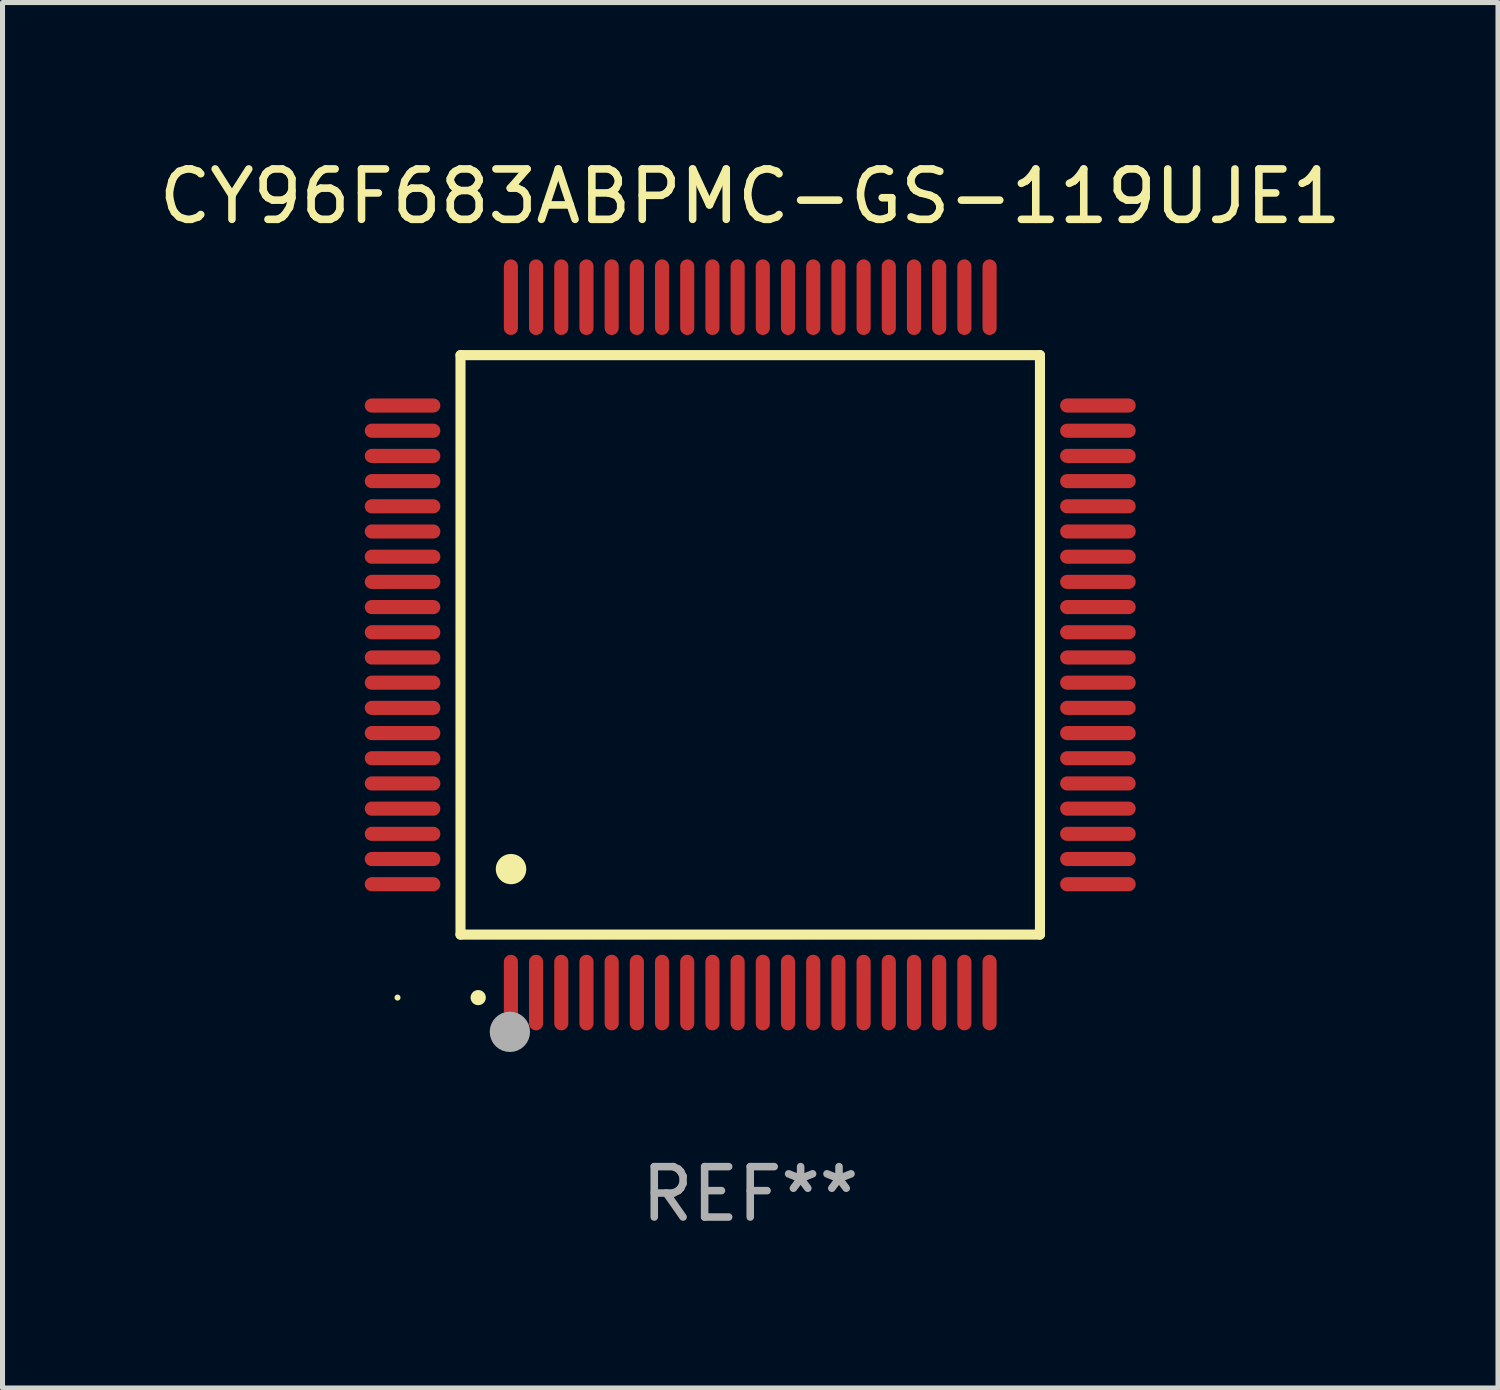
<source format=kicad_pcb>
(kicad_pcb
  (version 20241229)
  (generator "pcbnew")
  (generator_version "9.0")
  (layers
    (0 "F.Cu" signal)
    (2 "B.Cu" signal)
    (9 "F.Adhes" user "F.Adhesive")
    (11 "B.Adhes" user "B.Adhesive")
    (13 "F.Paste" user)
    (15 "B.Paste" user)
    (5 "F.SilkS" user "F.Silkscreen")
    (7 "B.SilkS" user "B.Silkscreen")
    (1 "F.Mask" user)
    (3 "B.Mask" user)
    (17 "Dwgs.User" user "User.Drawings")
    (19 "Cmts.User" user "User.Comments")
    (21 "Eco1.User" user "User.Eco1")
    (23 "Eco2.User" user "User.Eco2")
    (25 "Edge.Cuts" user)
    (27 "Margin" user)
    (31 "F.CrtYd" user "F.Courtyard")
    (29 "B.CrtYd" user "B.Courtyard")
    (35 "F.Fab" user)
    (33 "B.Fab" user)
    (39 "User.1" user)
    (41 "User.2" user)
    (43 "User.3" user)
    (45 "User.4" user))
  (footprint "CY96F683ABPMC-GS-119UJE1"
    (layer "F.Cu")
    (at 11.839 9.748)
    (property "Reference" "CY96F683ABPMC-GS-119UJE1" (at 0 -8.9 0) (layer "F.SilkS") (effects (font (size 1 1) (thickness 0.15))))
    (attr through_hole)
    (fp_line (start -5.75 -5.75) (end 5.75 -5.75) (stroke (width 0.2) (type solid)) (layer "F.SilkS"))
    (fp_line (start -5.75 5.75) (end -5.75 -5.75) (stroke (width 0.2) (type solid)) (layer "F.SilkS"))
    (fp_line (start 5.75 -5.75) (end 5.75 5.75) (stroke (width 0.2) (type solid)) (layer "F.SilkS"))
    (fp_line (start 5.75 5.75) (end -5.75 5.75) (stroke (width 0.2) (type solid)) (layer "F.SilkS"))
    (fp_arc (start -5.400051 7.000254) (mid -5.398781 7.000249) (end -5.397511 7.000254) (stroke (width 0.3) (type solid)) (layer "F.SilkS"))
    (fp_arc (start -4.749809 4.450089) (mid -4.747269 4.450078) (end -4.744729 4.450089) (stroke (width 0.6) (type solid)) (layer "F.SilkS"))
    (fp_circle (center -7 7) (end -6.97 7) (stroke (width 0.06) (type solid)) (fill no) (layer "F.SilkS"))
    (fp_circle (center -4.77 7.68) (end -4.57 7.68) (stroke (width 0.4) (type solid)) (fill no) (layer "F.Fab"))
    (fp_text user "REF**" (at 0 10.9 0) (layer "F.Fab") (effects (font (size 1 1) (thickness 0.15))))
    (pad "1" smd oval (at -4.75 6.9) (size 0.28 1.5) (layers "F.Cu" "F.Mask" "F.Paste"))
    (pad "2" smd oval (at -4.25 6.9) (size 0.28 1.5) (layers "F.Cu" "F.Mask" "F.Paste"))
    (pad "3" smd oval (at -3.75 6.9) (size 0.28 1.5) (layers "F.Cu" "F.Mask" "F.Paste"))
    (pad "4" smd oval (at -3.25 6.9) (size 0.28 1.5) (layers "F.Cu" "F.Mask" "F.Paste"))
    (pad "5" smd oval (at -2.75 6.9) (size 0.28 1.5) (layers "F.Cu" "F.Mask" "F.Paste"))
    (pad "6" smd oval (at -2.25 6.9) (size 0.28 1.5) (layers "F.Cu" "F.Mask" "F.Paste"))
    (pad "7" smd oval (at -1.75 6.9) (size 0.28 1.5) (layers "F.Cu" "F.Mask" "F.Paste"))
    (pad "8" smd oval (at -1.25 6.9) (size 0.28 1.5) (layers "F.Cu" "F.Mask" "F.Paste"))
    (pad "9" smd oval (at -0.75 6.9) (size 0.28 1.5) (layers "F.Cu" "F.Mask" "F.Paste"))
    (pad "10" smd oval (at -0.25 6.9) (size 0.28 1.5) (layers "F.Cu" "F.Mask" "F.Paste"))
    (pad "11" smd oval (at 0.25 6.9) (size 0.28 1.5) (layers "F.Cu" "F.Mask" "F.Paste"))
    (pad "12" smd oval (at 0.75 6.9) (size 0.28 1.5) (layers "F.Cu" "F.Mask" "F.Paste"))
    (pad "13" smd oval (at 1.25 6.9) (size 0.28 1.5) (layers "F.Cu" "F.Mask" "F.Paste"))
    (pad "14" smd oval (at 1.75 6.9) (size 0.28 1.5) (layers "F.Cu" "F.Mask" "F.Paste"))
    (pad "15" smd oval (at 2.25 6.9) (size 0.28 1.5) (layers "F.Cu" "F.Mask" "F.Paste"))
    (pad "16" smd oval (at 2.75 6.9) (size 0.28 1.5) (layers "F.Cu" "F.Mask" "F.Paste"))
    (pad "17" smd oval (at 3.25 6.9) (size 0.28 1.5) (layers "F.Cu" "F.Mask" "F.Paste"))
    (pad "18" smd oval (at 3.75 6.9) (size 0.28 1.5) (layers "F.Cu" "F.Mask" "F.Paste"))
    (pad "19" smd oval (at 4.25 6.9) (size 0.28 1.5) (layers "F.Cu" "F.Mask" "F.Paste"))
    (pad "20" smd oval (at 4.75 6.9) (size 0.28 1.5) (layers "F.Cu" "F.Mask" "F.Paste"))
    (pad "21" smd oval (at 6.9 4.75) (size 1.5 0.28) (layers "F.Cu" "F.Mask" "F.Paste"))
    (pad "22" smd oval (at 6.9 4.25) (size 1.5 0.28) (layers "F.Cu" "F.Mask" "F.Paste"))
    (pad "23" smd oval (at 6.9 3.75) (size 1.5 0.28) (layers "F.Cu" "F.Mask" "F.Paste"))
    (pad "24" smd oval (at 6.9 3.25) (size 1.5 0.28) (layers "F.Cu" "F.Mask" "F.Paste"))
    (pad "25" smd oval (at 6.9 2.75) (size 1.5 0.28) (layers "F.Cu" "F.Mask" "F.Paste"))
    (pad "26" smd oval (at 6.9 2.25) (size 1.5 0.28) (layers "F.Cu" "F.Mask" "F.Paste"))
    (pad "27" smd oval (at 6.9 1.75) (size 1.5 0.28) (layers "F.Cu" "F.Mask" "F.Paste"))
    (pad "28" smd oval (at 6.9 1.25) (size 1.5 0.28) (layers "F.Cu" "F.Mask" "F.Paste"))
    (pad "29" smd oval (at 6.9 0.75) (size 1.5 0.28) (layers "F.Cu" "F.Mask" "F.Paste"))
    (pad "30" smd oval (at 6.9 0.25) (size 1.5 0.28) (layers "F.Cu" "F.Mask" "F.Paste"))
    (pad "31" smd oval (at 6.9 -0.25) (size 1.5 0.28) (layers "F.Cu" "F.Mask" "F.Paste"))
    (pad "32" smd oval (at 6.9 -0.75) (size 1.5 0.28) (layers "F.Cu" "F.Mask" "F.Paste"))
    (pad "33" smd oval (at 6.9 -1.25) (size 1.5 0.28) (layers "F.Cu" "F.Mask" "F.Paste"))
    (pad "34" smd oval (at 6.9 -1.75) (size 1.5 0.28) (layers "F.Cu" "F.Mask" "F.Paste"))
    (pad "35" smd oval (at 6.9 -2.25) (size 1.5 0.28) (layers "F.Cu" "F.Mask" "F.Paste"))
    (pad "36" smd oval (at 6.9 -2.75) (size 1.5 0.28) (layers "F.Cu" "F.Mask" "F.Paste"))
    (pad "37" smd oval (at 6.9 -3.25) (size 1.5 0.28) (layers "F.Cu" "F.Mask" "F.Paste"))
    (pad "38" smd oval (at 6.9 -3.75) (size 1.5 0.28) (layers "F.Cu" "F.Mask" "F.Paste"))
    (pad "39" smd oval (at 6.9 -4.25) (size 1.5 0.28) (layers "F.Cu" "F.Mask" "F.Paste"))
    (pad "40" smd oval (at 6.9 -4.75) (size 1.5 0.28) (layers "F.Cu" "F.Mask" "F.Paste"))
    (pad "41" smd oval (at 4.75 -6.9) (size 0.28 1.5) (layers "F.Cu" "F.Mask" "F.Paste"))
    (pad "42" smd oval (at 4.25 -6.9) (size 0.28 1.5) (layers "F.Cu" "F.Mask" "F.Paste"))
    (pad "43" smd oval (at 3.75 -6.9) (size 0.28 1.5) (layers "F.Cu" "F.Mask" "F.Paste"))
    (pad "44" smd oval (at 3.25 -6.9) (size 0.28 1.5) (layers "F.Cu" "F.Mask" "F.Paste"))
    (pad "45" smd oval (at 2.75 -6.9) (size 0.28 1.5) (layers "F.Cu" "F.Mask" "F.Paste"))
    (pad "46" smd oval (at 2.25 -6.9) (size 0.28 1.5) (layers "F.Cu" "F.Mask" "F.Paste"))
    (pad "47" smd oval (at 1.75 -6.9) (size 0.28 1.5) (layers "F.Cu" "F.Mask" "F.Paste"))
    (pad "48" smd oval (at 1.25 -6.9) (size 0.28 1.5) (layers "F.Cu" "F.Mask" "F.Paste"))
    (pad "49" smd oval (at 0.75 -6.9) (size 0.28 1.5) (layers "F.Cu" "F.Mask" "F.Paste"))
    (pad "50" smd oval (at 0.25 -6.9) (size 0.28 1.5) (layers "F.Cu" "F.Mask" "F.Paste"))
    (pad "51" smd oval (at -0.25 -6.9) (size 0.28 1.5) (layers "F.Cu" "F.Mask" "F.Paste"))
    (pad "52" smd oval (at -0.75 -6.9) (size 0.28 1.5) (layers "F.Cu" "F.Mask" "F.Paste"))
    (pad "53" smd oval (at -1.25 -6.9) (size 0.28 1.5) (layers "F.Cu" "F.Mask" "F.Paste"))
    (pad "54" smd oval (at -1.75 -6.9) (size 0.28 1.5) (layers "F.Cu" "F.Mask" "F.Paste"))
    (pad "55" smd oval (at -2.25 -6.9) (size 0.28 1.5) (layers "F.Cu" "F.Mask" "F.Paste"))
    (pad "56" smd oval (at -2.75 -6.9) (size 0.28 1.5) (layers "F.Cu" "F.Mask" "F.Paste"))
    (pad "57" smd oval (at -3.25 -6.9) (size 0.28 1.5) (layers "F.Cu" "F.Mask" "F.Paste"))
    (pad "58" smd oval (at -3.75 -6.9) (size 0.28 1.5) (layers "F.Cu" "F.Mask" "F.Paste"))
    (pad "59" smd oval (at -4.25 -6.9) (size 0.28 1.5) (layers "F.Cu" "F.Mask" "F.Paste"))
    (pad "60" smd oval (at -4.75 -6.9) (size 0.28 1.5) (layers "F.Cu" "F.Mask" "F.Paste"))
    (pad "61" smd oval (at -6.9 -4.75) (size 1.5 0.28) (layers "F.Cu" "F.Mask" "F.Paste"))
    (pad "62" smd oval (at -6.9 -4.25) (size 1.5 0.28) (layers "F.Cu" "F.Mask" "F.Paste"))
    (pad "63" smd oval (at -6.9 -3.75) (size 1.5 0.28) (layers "F.Cu" "F.Mask" "F.Paste"))
    (pad "64" smd oval (at -6.9 -3.25) (size 1.5 0.28) (layers "F.Cu" "F.Mask" "F.Paste"))
    (pad "65" smd oval (at -6.9 -2.75) (size 1.5 0.28) (layers "F.Cu" "F.Mask" "F.Paste"))
    (pad "66" smd oval (at -6.9 -2.25) (size 1.5 0.28) (layers "F.Cu" "F.Mask" "F.Paste"))
    (pad "67" smd oval (at -6.9 -1.75) (size 1.5 0.28) (layers "F.Cu" "F.Mask" "F.Paste"))
    (pad "68" smd oval (at -6.9 -1.25) (size 1.5 0.28) (layers "F.Cu" "F.Mask" "F.Paste"))
    (pad "69" smd oval (at -6.9 -0.75) (size 1.5 0.28) (layers "F.Cu" "F.Mask" "F.Paste"))
    (pad "70" smd oval (at -6.9 -0.25) (size 1.5 0.28) (layers "F.Cu" "F.Mask" "F.Paste"))
    (pad "71" smd oval (at -6.9 0.25) (size 1.5 0.28) (layers "F.Cu" "F.Mask" "F.Paste"))
    (pad "72" smd oval (at -6.9 0.75) (size 1.5 0.28) (layers "F.Cu" "F.Mask" "F.Paste"))
    (pad "73" smd oval (at -6.9 1.25) (size 1.5 0.28) (layers "F.Cu" "F.Mask" "F.Paste"))
    (pad "74" smd oval (at -6.9 1.75) (size 1.5 0.28) (layers "F.Cu" "F.Mask" "F.Paste"))
    (pad "75" smd oval (at -6.9 2.25) (size 1.5 0.28) (layers "F.Cu" "F.Mask" "F.Paste"))
    (pad "76" smd oval (at -6.9 2.75) (size 1.5 0.28) (layers "F.Cu" "F.Mask" "F.Paste"))
    (pad "77" smd oval (at -6.9 3.25) (size 1.5 0.28) (layers "F.Cu" "F.Mask" "F.Paste"))
    (pad "78" smd oval (at -6.9 3.75) (size 1.5 0.28) (layers "F.Cu" "F.Mask" "F.Paste"))
    (pad "79" smd oval (at -6.9 4.25) (size 1.5 0.28) (layers "F.Cu" "F.Mask" "F.Paste"))
    (pad "80" smd oval (at -6.9 4.75) (size 1.5 0.28) (layers "F.Cu" "F.Mask" "F.Paste")))
  (gr_rect
    (start -3 -3)
    (end 26.679 24.496)
    (stroke (width 0.1) (type default))
    (fill no)
    (layer "Edge.Cuts")))
</source>
